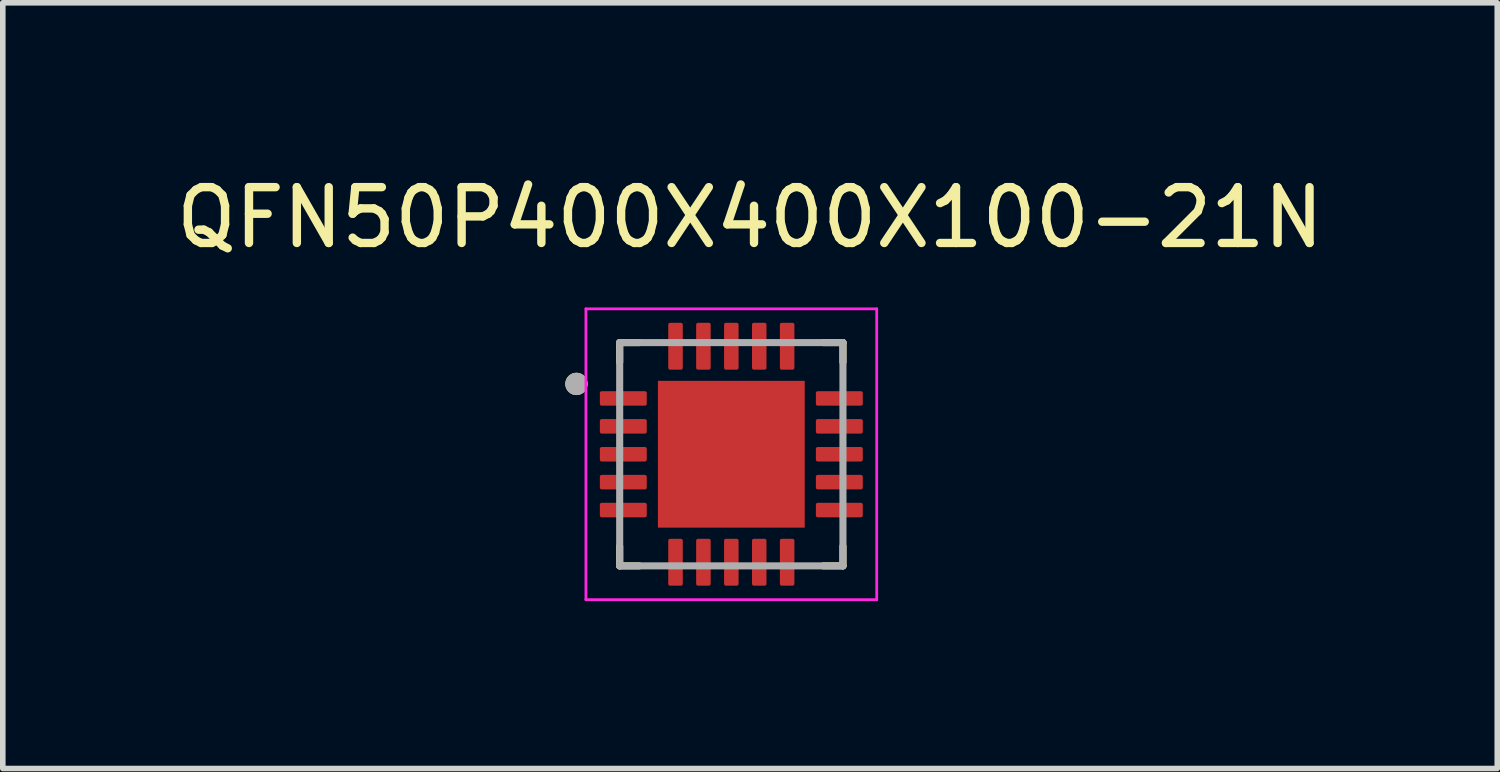
<source format=kicad_pcb>
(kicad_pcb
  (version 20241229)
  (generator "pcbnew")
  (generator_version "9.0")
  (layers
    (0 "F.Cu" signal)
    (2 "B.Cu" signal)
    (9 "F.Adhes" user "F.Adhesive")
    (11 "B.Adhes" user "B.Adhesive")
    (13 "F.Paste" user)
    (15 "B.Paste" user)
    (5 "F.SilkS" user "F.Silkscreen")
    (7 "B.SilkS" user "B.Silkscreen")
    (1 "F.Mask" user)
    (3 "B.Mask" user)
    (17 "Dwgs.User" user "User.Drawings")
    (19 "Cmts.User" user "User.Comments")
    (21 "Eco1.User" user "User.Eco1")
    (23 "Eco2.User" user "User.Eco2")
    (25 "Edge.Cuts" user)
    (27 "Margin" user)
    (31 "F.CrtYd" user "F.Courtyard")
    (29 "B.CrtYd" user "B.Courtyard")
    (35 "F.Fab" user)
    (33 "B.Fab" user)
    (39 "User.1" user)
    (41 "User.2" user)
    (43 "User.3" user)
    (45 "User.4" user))
  (footprint "QFN50P400X400X100-21N"
    (layer "F.Cu")
    (at 10.052 5.088)
    (property "Reference" "QFN50P400X400X100-21N" (at 0.335 -4.24 0) (layer "F.SilkS") (effects (font (size 1 1) (thickness 0.15))))
    (attr smd)
    (fp_line (start -2 -2) (end -2 -1.65) (stroke (width 0.127) (type solid)) (layer "F.SilkS"))
    (fp_line (start -2 -2) (end -1.65 -2) (stroke (width 0.127) (type solid)) (layer "F.SilkS"))
    (fp_line (start -2 2) (end -2 1.65) (stroke (width 0.127) (type solid)) (layer "F.SilkS"))
    (fp_line (start -2 2) (end -1.65 2) (stroke (width 0.127) (type solid)) (layer "F.SilkS"))
    (fp_line (start 2 -2) (end 1.65 -2) (stroke (width 0.127) (type solid)) (layer "F.SilkS"))
    (fp_line (start 2 -2) (end 2 -1.65) (stroke (width 0.127) (type solid)) (layer "F.SilkS"))
    (fp_line (start 2 2) (end 1.65 2) (stroke (width 0.127) (type solid)) (layer "F.SilkS"))
    (fp_line (start 2 2) (end 2 1.65) (stroke (width 0.127) (type solid)) (layer "F.SilkS"))
    (fp_circle (center -2.775 -1.26) (end -2.575 -1.26) (stroke (width 0) (type solid)) (fill yes) (layer "F.SilkS"))
    (fp_poly (pts (xy -1.15 -1.15) (xy -0.17 -1.15) (xy -0.17 -0.17) (xy -1.15 -0.17)) (stroke (width 0.01) (type solid)) (fill yes) (layer "F.Paste"))
    (fp_poly (pts (xy -1.15 0.17) (xy -0.17 0.17) (xy -0.17 1.15) (xy -1.15 1.15)) (stroke (width 0.01) (type solid)) (fill yes) (layer "F.Paste"))
    (fp_poly (pts (xy 0.17 -1.15) (xy 1.15 -1.15) (xy 1.15 -0.17) (xy 0.17 -0.17)) (stroke (width 0.01) (type solid)) (fill yes) (layer "F.Paste"))
    (fp_poly (pts (xy 0.17 0.17) (xy 1.15 0.17) (xy 1.15 1.15) (xy 0.17 1.15)) (stroke (width 0.01) (type solid)) (fill yes) (layer "F.Paste"))
    (fp_line (start -2.605 -2.605) (end 2.605 -2.605) (stroke (width 0.05) (type solid)) (layer "F.CrtYd"))
    (fp_line (start -2.605 2.605) (end -2.605 -2.605) (stroke (width 0.05) (type solid)) (layer "F.CrtYd"))
    (fp_line (start -2.605 2.605) (end 2.605 2.605) (stroke (width 0.05) (type solid)) (layer "F.CrtYd"))
    (fp_line (start 2.605 2.605) (end 2.605 -2.605) (stroke (width 0.05) (type solid)) (layer "F.CrtYd"))
    (fp_line (start -2 2) (end -2 -2) (stroke (width 0.127) (type solid)) (layer "F.Fab"))
    (fp_line (start 2 -2) (end -2 -2) (stroke (width 0.127) (type solid)) (layer "F.Fab"))
    (fp_line (start 2 2) (end -2 2) (stroke (width 0.127) (type solid)) (layer "F.Fab"))
    (fp_line (start 2 2) (end 2 -2) (stroke (width 0.127) (type solid)) (layer "F.Fab"))
    (fp_circle (center -2.775 -1.26) (end -2.575 -1.26) (stroke (width 0) (type solid)) (fill yes) (layer "F.Fab"))
    (pad "1" smd roundrect (at -1.935 -1) (size 0.84 0.26) (layers "F.Cu" "F.Mask" "F.Paste") (roundrect_rratio 0.125))
    (pad "2" smd roundrect (at -1.935 -0.5) (size 0.84 0.26) (layers "F.Cu" "F.Mask" "F.Paste") (roundrect_rratio 0.125))
    (pad "3" smd roundrect (at -1.935 0) (size 0.84 0.26) (layers "F.Cu" "F.Mask" "F.Paste") (roundrect_rratio 0.125))
    (pad "4" smd roundrect (at -1.935 0.5) (size 0.84 0.26) (layers "F.Cu" "F.Mask" "F.Paste") (roundrect_rratio 0.125))
    (pad "5" smd roundrect (at -1.935 1) (size 0.84 0.26) (layers "F.Cu" "F.Mask" "F.Paste") (roundrect_rratio 0.125))
    (pad "6" smd roundrect (at -1 1.935) (size 0.26 0.84) (layers "F.Cu" "F.Mask" "F.Paste") (roundrect_rratio 0.125))
    (pad "7" smd roundrect (at -0.5 1.935) (size 0.26 0.84) (layers "F.Cu" "F.Mask" "F.Paste") (roundrect_rratio 0.125))
    (pad "8" smd roundrect (at 0 1.935) (size 0.26 0.84) (layers "F.Cu" "F.Mask" "F.Paste") (roundrect_rratio 0.125))
    (pad "9" smd roundrect (at 0.5 1.935) (size 0.26 0.84) (layers "F.Cu" "F.Mask" "F.Paste") (roundrect_rratio 0.125))
    (pad "10" smd roundrect (at 1 1.935) (size 0.26 0.84) (layers "F.Cu" "F.Mask" "F.Paste") (roundrect_rratio 0.125))
    (pad "11" smd roundrect (at 1.935 1) (size 0.84 0.26) (layers "F.Cu" "F.Mask" "F.Paste") (roundrect_rratio 0.125))
    (pad "12" smd roundrect (at 1.935 0.5) (size 0.84 0.26) (layers "F.Cu" "F.Mask" "F.Paste") (roundrect_rratio 0.125))
    (pad "13" smd roundrect (at 1.935 0) (size 0.84 0.26) (layers "F.Cu" "F.Mask" "F.Paste") (roundrect_rratio 0.125))
    (pad "14" smd roundrect (at 1.935 -0.5) (size 0.84 0.26) (layers "F.Cu" "F.Mask" "F.Paste") (roundrect_rratio 0.125))
    (pad "15" smd roundrect (at 1.935 -1) (size 0.84 0.26) (layers "F.Cu" "F.Mask" "F.Paste") (roundrect_rratio 0.125))
    (pad "16" smd roundrect (at 1 -1.935) (size 0.26 0.84) (layers "F.Cu" "F.Mask" "F.Paste") (roundrect_rratio 0.125))
    (pad "17" smd roundrect (at 0.5 -1.935) (size 0.26 0.84) (layers "F.Cu" "F.Mask" "F.Paste") (roundrect_rratio 0.125))
    (pad "18" smd roundrect (at 0 -1.935) (size 0.26 0.84) (layers "F.Cu" "F.Mask" "F.Paste") (roundrect_rratio 0.125))
    (pad "19" smd roundrect (at -0.5 -1.935) (size 0.26 0.84) (layers "F.Cu" "F.Mask" "F.Paste") (roundrect_rratio 0.125))
    (pad "20" smd roundrect (at -1 -1.935) (size 0.26 0.84) (layers "F.Cu" "F.Mask" "F.Paste") (roundrect_rratio 0.125))
    (pad "21" smd rect (at 0 0) (size 2.63 2.63) (layers "F.Cu" "F.Mask")))
  (gr_rect
    (start -3 -3)
    (end 23.774 10.718)
    (stroke (width 0.1) (type default))
    (fill no)
    (layer "Edge.Cuts")))
</source>
